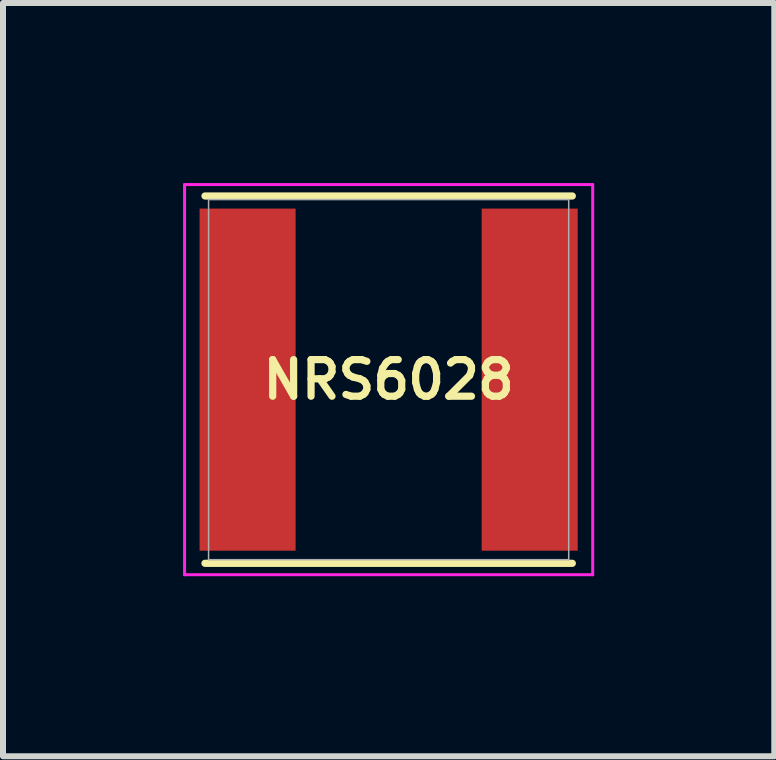
<source format=kicad_pcb>
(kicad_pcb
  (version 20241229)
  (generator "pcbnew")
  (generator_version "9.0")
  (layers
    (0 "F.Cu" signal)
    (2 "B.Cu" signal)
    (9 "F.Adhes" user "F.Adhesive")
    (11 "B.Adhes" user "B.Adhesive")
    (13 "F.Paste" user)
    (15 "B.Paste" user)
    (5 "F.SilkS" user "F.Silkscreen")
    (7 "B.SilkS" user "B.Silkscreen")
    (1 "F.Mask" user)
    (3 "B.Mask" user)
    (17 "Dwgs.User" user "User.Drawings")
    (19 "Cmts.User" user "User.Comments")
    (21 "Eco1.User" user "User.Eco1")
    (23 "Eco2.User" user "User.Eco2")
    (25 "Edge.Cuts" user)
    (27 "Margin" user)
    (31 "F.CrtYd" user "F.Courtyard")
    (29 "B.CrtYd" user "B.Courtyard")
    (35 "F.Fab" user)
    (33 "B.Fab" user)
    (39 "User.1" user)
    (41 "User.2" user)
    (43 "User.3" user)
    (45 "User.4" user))
  (footprint "NRS6028"
    (layer "F.Cu")
    (at 3.425 3.275)
    (property "Reference" "NRS6028" (at 0 0 0) (layer "F.SilkS") (effects (font (size 0.61 0.61) (thickness 0.12))))
    (attr through_hole)
    (fp_line (start -3.06 -3.06) (end 3.06 -3.06) (stroke (width 0.12) (type solid)) (layer "F.SilkS"))
    (fp_line (start -3.06 3.06) (end 3.06 3.06) (stroke (width 0.12) (type solid)) (layer "F.SilkS"))
    (fp_line (start -3.4 -3.25) (end 3.4 -3.25) (stroke (width 0.05) (type solid)) (layer "F.CrtYd"))
    (fp_line (start -3.4 3.25) (end -3.4 -3.25) (stroke (width 0.05) (type solid)) (layer "F.CrtYd"))
    (fp_line (start 3.4 -3.25) (end 3.4 3.25) (stroke (width 0.05) (type solid)) (layer "F.CrtYd"))
    (fp_line (start 3.4 3.25) (end -3.4 3.25) (stroke (width 0.05) (type solid)) (layer "F.CrtYd"))
    (fp_line (start -3 -3) (end 3 -3) (stroke (width 0.025) (type solid)) (layer "F.Fab"))
    (fp_line (start -3 3) (end -3 -3) (stroke (width 0.025) (type solid)) (layer "F.Fab"))
    (fp_line (start 3 -3) (end 3 3) (stroke (width 0.025) (type solid)) (layer "F.Fab"))
    (fp_line (start 3 3) (end -3 3) (stroke (width 0.025) (type solid)) (layer "F.Fab"))
    (pad "1" smd rect (at -2.35 0) (size 1.6 5.7) (layers "F.Cu" "F.Mask" "F.Paste"))
    (pad "2" smd rect (at 2.35 0) (size 1.6 5.7) (layers "F.Cu" "F.Mask" "F.Paste")))
  (gr_rect
    (start -3 -3)
    (end 9.85 9.55)
    (stroke (width 0.1) (type default))
    (fill no)
    (layer "Edge.Cuts")))
</source>
